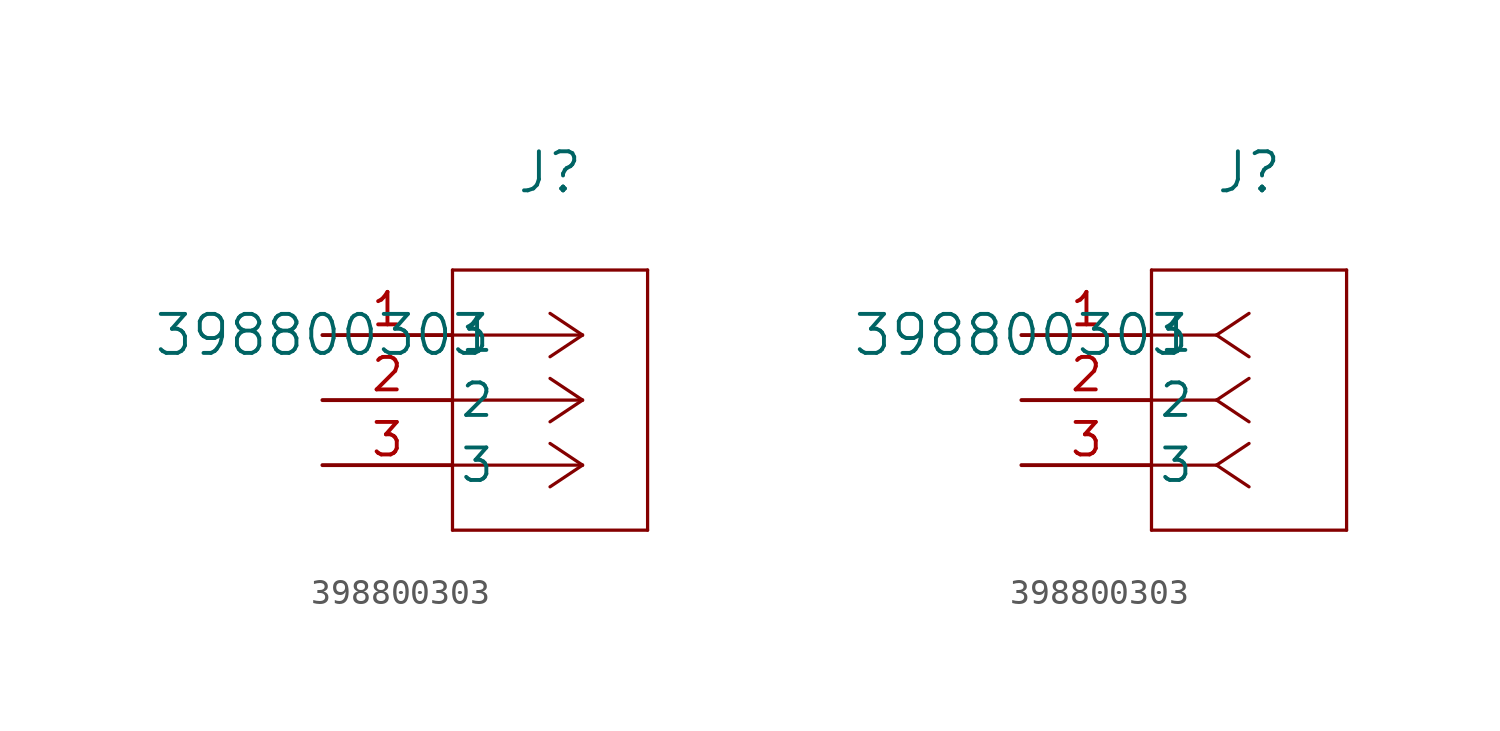
<source format=kicad_sym>
(kicad_symbol_lib
  (version 20211014)
  (generator kicad_symbol_editor)
  (symbol "398800303"
    (pin_names
      (offset 0.254))
    (property "Reference" "J"
      (at 8.89 6.35 0)
      (effects (font (size 1.524 1.524))))
    (property "Value" "398800303"
      (at 0 0 0)
      (effects (font (size 1.524 1.524))))
    (symbol "398800303_1_1"
      (polyline (pts (xy 10.16 0) (xy 5.08 0)) (stroke (width 0.127) (type default) (color 0 0 0 0)) (fill (type none)))
      (polyline (pts (xy 10.16 -2.54) (xy 5.08 -2.54)) (stroke (width 0.127) (type default) (color 0 0 0 0)) (fill (type none)))
      (polyline (pts (xy 10.16 -5.08) (xy 5.08 -5.08)) (stroke (width 0.127) (type default) (color 0 0 0 0)) (fill (type none)))
      (polyline (pts (xy 10.16 0) (xy 8.89 0.847)) (stroke (width 0.127) (type default) (color 0 0 0 0)) (fill (type none)))
      (polyline (pts (xy 10.16 -2.54) (xy 8.89 -1.693)) (stroke (width 0.127) (type default) (color 0 0 0 0)) (fill (type none)))
      (polyline (pts (xy 10.16 -5.08) (xy 8.89 -4.233)) (stroke (width 0.127) (type default) (color 0 0 0 0)) (fill (type none)))
      (polyline (pts (xy 10.16 0) (xy 8.89 -0.847)) (stroke (width 0.127) (type default) (color 0 0 0 0)) (fill (type none)))
      (polyline (pts (xy 10.16 -2.54) (xy 8.89 -3.387)) (stroke (width 0.127) (type default) (color 0 0 0 0)) (fill (type none)))
      (polyline (pts (xy 10.16 -5.08) (xy 8.89 -5.927)) (stroke (width 0.127) (type default) (color 0 0 0 0)) (fill (type none)))
      (polyline (pts (xy 5.08 2.54) (xy 5.08 -7.62)) (stroke (width 0.127) (type default) (color 0 0 0 0)) (fill (type none)))
      (polyline (pts (xy 5.08 -7.62) (xy 12.7 -7.62)) (stroke (width 0.127) (type default) (color 0 0 0 0)) (fill (type none)))
      (polyline (pts (xy 12.7 -7.62) (xy 12.7 2.54)) (stroke (width 0.127) (type default) (color 0 0 0 0)) (fill (type none)))
      (polyline (pts (xy 12.7 2.54) (xy 5.08 2.54)) (stroke (width 0.127) (type default) (color 0 0 0 0)) (fill (type none)))
      (pin unspecified line (at 0 0 0) (length 5.08) (name "1" (effects (font (size 1.27 1.27)))) (number "1" (effects (font (size 1.27 1.27)))))
      (pin unspecified line (at 0 -2.54 0) (length 5.08) (name "2" (effects (font (size 1.27 1.27)))) (number "2" (effects (font (size 1.27 1.27)))))
      (pin unspecified line (at 0 -5.08 0) (length 5.08) (name "3" (effects (font (size 1.27 1.27)))) (number "3" (effects (font (size 1.27 1.27))))))
    (symbol "398800303_1_2"
      (polyline (pts (xy 7.62 0) (xy 5.08 0)) (stroke (width 0.127) (type default) (color 0 0 0 0)) (fill (type none)))
      (polyline (pts (xy 7.62 -2.54) (xy 5.08 -2.54)) (stroke (width 0.127) (type default) (color 0 0 0 0)) (fill (type none)))
      (polyline (pts (xy 7.62 -5.08) (xy 5.08 -5.08)) (stroke (width 0.127) (type default) (color 0 0 0 0)) (fill (type none)))
      (polyline (pts (xy 7.62 0) (xy 8.89 0.847)) (stroke (width 0.127) (type default) (color 0 0 0 0)) (fill (type none)))
      (polyline (pts (xy 7.62 -2.54) (xy 8.89 -1.693)) (stroke (width 0.127) (type default) (color 0 0 0 0)) (fill (type none)))
      (polyline (pts (xy 7.62 -5.08) (xy 8.89 -4.233)) (stroke (width 0.127) (type default) (color 0 0 0 0)) (fill (type none)))
      (polyline (pts (xy 7.62 0) (xy 8.89 -0.847)) (stroke (width 0.127) (type default) (color 0 0 0 0)) (fill (type none)))
      (polyline (pts (xy 7.62 -2.54) (xy 8.89 -3.387)) (stroke (width 0.127) (type default) (color 0 0 0 0)) (fill (type none)))
      (polyline (pts (xy 7.62 -5.08) (xy 8.89 -5.927)) (stroke (width 0.127) (type default) (color 0 0 0 0)) (fill (type none)))
      (polyline (pts (xy 5.08 2.54) (xy 5.08 -7.62)) (stroke (width 0.127) (type default) (color 0 0 0 0)) (fill (type none)))
      (polyline (pts (xy 5.08 -7.62) (xy 12.7 -7.62)) (stroke (width 0.127) (type default) (color 0 0 0 0)) (fill (type none)))
      (polyline (pts (xy 12.7 -7.62) (xy 12.7 2.54)) (stroke (width 0.127) (type default) (color 0 0 0 0)) (fill (type none)))
      (polyline (pts (xy 12.7 2.54) (xy 5.08 2.54)) (stroke (width 0.127) (type default) (color 0 0 0 0)) (fill (type none)))
      (pin unspecified line (at 0 0 0) (length 5.08) (name "1" (effects (font (size 1.27 1.27)))) (number "1" (effects (font (size 1.27 1.27)))))
      (pin unspecified line (at 0 -2.54 0) (length 5.08) (name "2" (effects (font (size 1.27 1.27)))) (number "2" (effects (font (size 1.27 1.27)))))
      (pin unspecified line (at 0 -5.08 0) (length 5.08) (name "3" (effects (font (size 1.27 1.27)))) (number "3" (effects (font (size 1.27 1.27))))))))
</source>
